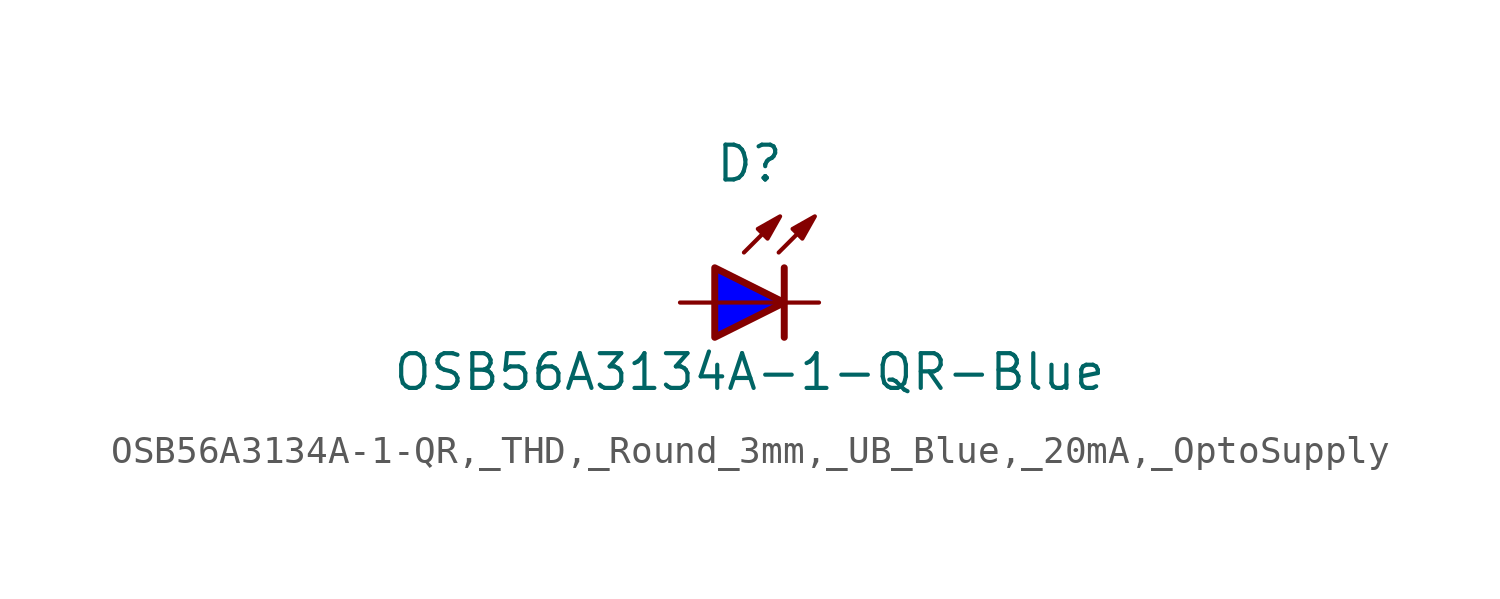
<source format=kicad_sym>
(kicad_symbol_lib
  (version 20241209)
  (generator "kicad_symbol_editor")
  (generator_version "9.0")
  (symbol "OSB56A3134A-1-QR,_THD,_Round_3mm,_UB_Blue,_20mA,_OptoSupply"
    (pin_numbers
      (hide yes))
    (pin_names
      (offset 1.016)
      (hide yes))
    (property "Reference" "D"
      (at 0 5.08 0)
      (effects (font (size 1.27 1.27))))
    (property "Value" "OSB56A3134A-1-QR-Blue"
      (at 0 -2.54 0)
      (effects (font (size 1.27 1.27))))
    (property "Label" ""
      (at 0 0 0)
      (effects (font (size 1.27 1.27) (thickness 0.254) (bold yes))))
    (symbol "OSB56A3134A-1-QR,_THD,_Round_3mm,_UB_Blue,_20mA,_OptoSupply_0_0"
      (polyline (pts (xy -0.203 1.829) (xy 1.067 3.099)) (stroke (width 0.152) (type default)) (fill (type none)))
      (polyline (pts (xy 1.067 1.829) (xy 2.337 3.099)) (stroke (width 0.152) (type default)) (fill (type none)))
      (polyline (pts (xy 1.118 3.15) (xy 0.66 2.337) (xy 0.305 2.692) (xy 1.118 3.15)) (stroke (width 0.152) (type default)) (fill (type outline)))
      (polyline (pts (xy 1.27 0) (xy -1.27 0)) (stroke (width 0.152) (type default)) (fill (type none)))
      (polyline (pts (xy 2.388 3.15) (xy 1.93 2.337) (xy 1.575 2.692) (xy 2.388 3.15)) (stroke (width 0.152) (type default)) (fill (type outline))))
    (symbol "OSB56A3134A-1-QR,_THD,_Round_3mm,_UB_Blue,_20mA,_OptoSupply_0_1"
      (polyline (pts (xy 1.27 1.27) (xy 1.27 -1.27)) (stroke (width 0.254) (type default)) (fill (type none))))
    (symbol "OSB56A3134A-1-QR,_THD,_Round_3mm,_UB_Blue,_20mA,_OptoSupply_1_1"
      (polyline (pts (xy -1.27 1.27) (xy -1.27 -1.27) (xy 1.27 0) (xy -1.27 1.27)) (stroke (width 0.254) (type solid)) (fill (type color) (color 0 0 255 1)))
      (pin passive line (at -2.54 0 0) (length 1.27) (name "A" (effects (font (size 1.27 1.27)))) (number "A" (effects (font (size 1.27 1.27)))))
      (pin passive line (at 2.54 0 180) (length 1.27) (name "C" (effects (font (size 1.27 1.27)))) (number "C" (effects (font (size 1.27 1.27))))))))
</source>
